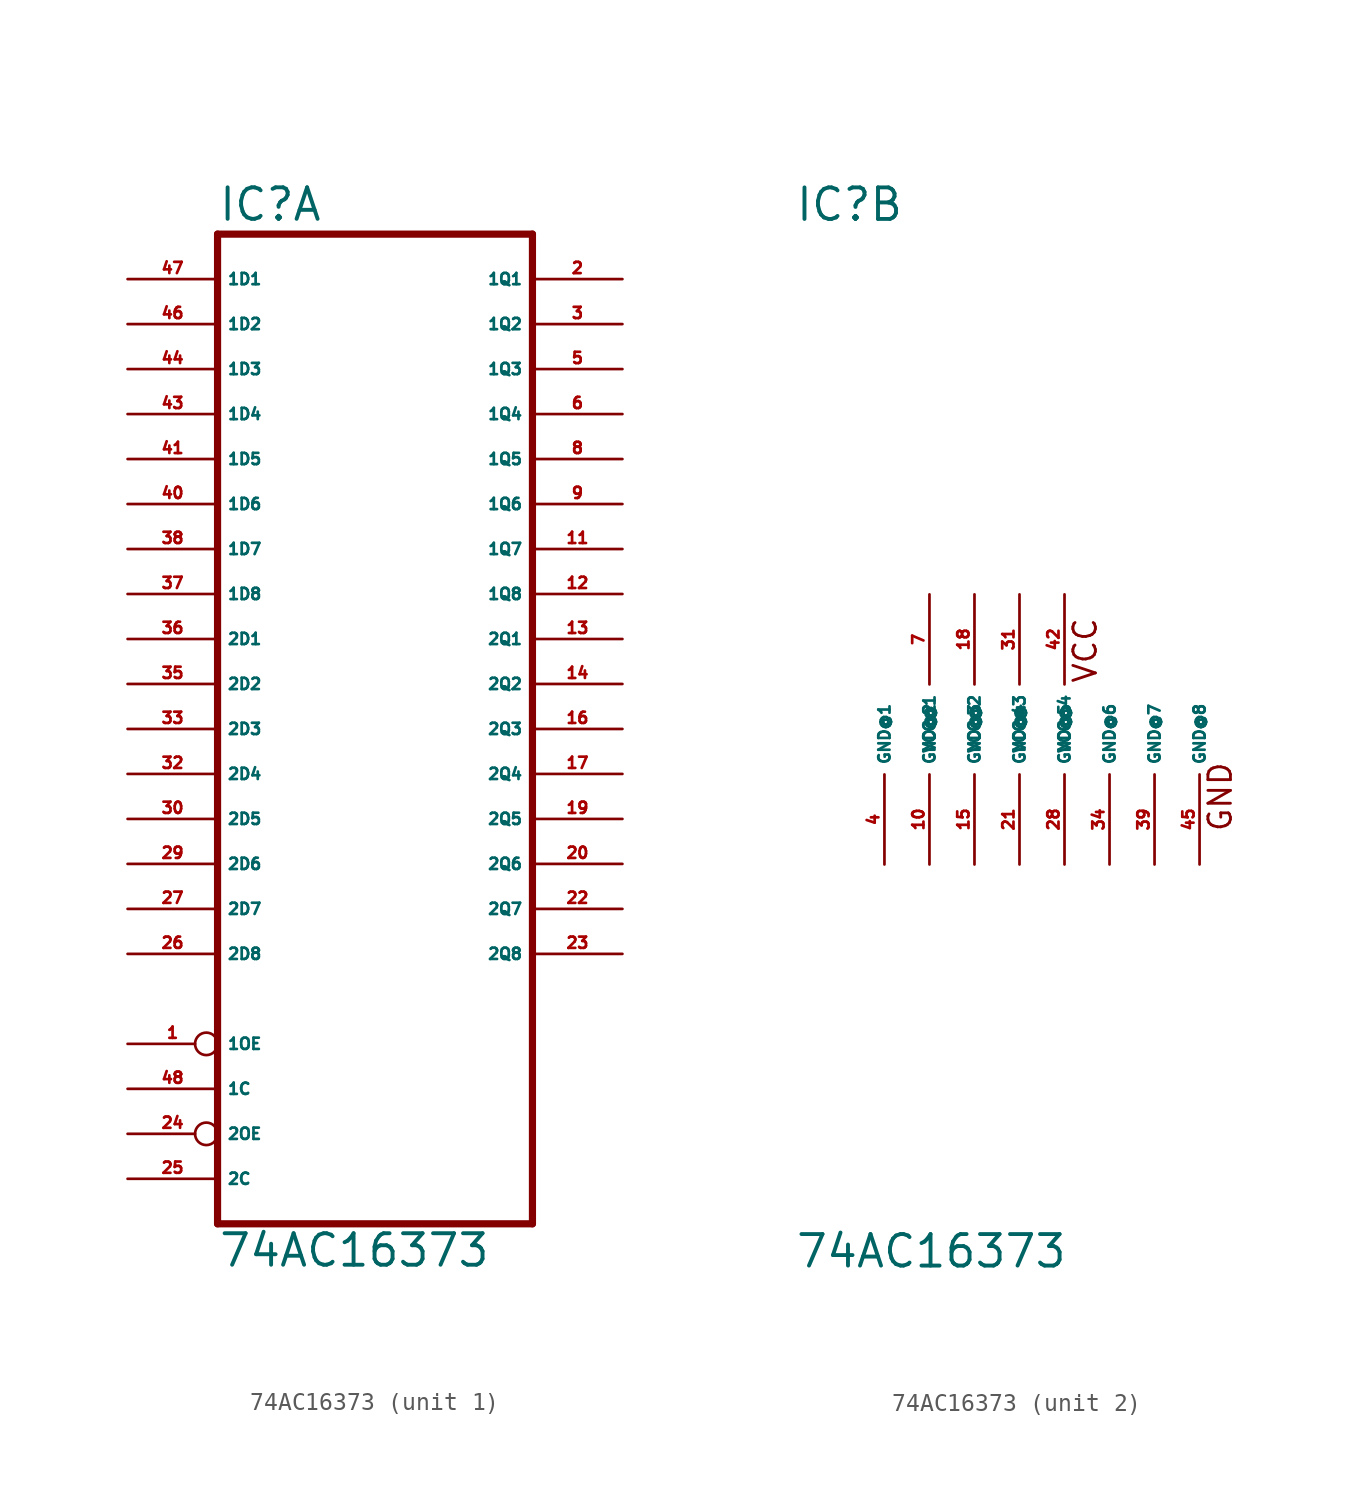
<source format=kicad_sym>
(kicad_symbol_lib
  (version 20220914)
  (generator Eagle2Kicad)
  (symbol "74AC16373"
    (property "Reference" "IC"
      (at -10.16 28.575 0)
      (effects (font (size 1.778 1.778) (thickness 0.22)) (justify left bottom)))
    (property "Value" "74AC16373"
      (at -10.16 -30.48 0)
      (effects (font (size 1.778 1.778) (thickness 0.22)) (justify left bottom)))
    (symbol "74AC16373_1_0"
      (polyline (pts (xy -10.16 27.94) (xy -10.16 -27.94)) (stroke (width 0.406) (type default)) (fill (type none)))
      (polyline (pts (xy 7.62 -27.94) (xy -10.16 -27.94)) (stroke (width 0.406) (type default)) (fill (type none)))
      (polyline (pts (xy 7.62 -27.94) (xy 7.62 27.94)) (stroke (width 0.406) (type default)) (fill (type none)))
      (polyline (pts (xy -10.16 27.94) (xy 7.62 27.94)) (stroke (width 0.406) (type default)) (fill (type none)))
      (pin input inverted (at -15.24 -17.78 0) (length 5.08) (name "1OE" (effects (font (size 0.635 0.635) (thickness 0.08)) (justify left bottom))) (number "1" (effects (font (size 0.635 0.635) (thickness 0.08)) (justify left bottom))))
      (pin input line (at -15.24 -20.32 0) (length 5.08) (name "1C" (effects (font (size 0.635 0.635) (thickness 0.08)) (justify left bottom))) (number "48" (effects (font (size 0.635 0.635) (thickness 0.08)) (justify left bottom))))
      (pin input inverted (at -15.24 -22.86 0) (length 5.08) (name "2OE" (effects (font (size 0.635 0.635) (thickness 0.08)) (justify left bottom))) (number "24" (effects (font (size 0.635 0.635) (thickness 0.08)) (justify left bottom))))
      (pin input line (at -15.24 -25.4 0) (length 5.08) (name "2C" (effects (font (size 0.635 0.635) (thickness 0.08)) (justify left bottom))) (number "25" (effects (font (size 0.635 0.635) (thickness 0.08)) (justify left bottom))))
      (pin tri_state line (at 12.7 25.4 180) (length 5.08) (name "1Q1" (effects (font (size 0.635 0.635) (thickness 0.08)) (justify left bottom))) (number "2" (effects (font (size 0.635 0.635) (thickness 0.08)) (justify left bottom))))
      (pin tri_state line (at 12.7 22.86 180) (length 5.08) (name "1Q2" (effects (font (size 0.635 0.635) (thickness 0.08)) (justify left bottom))) (number "3" (effects (font (size 0.635 0.635) (thickness 0.08)) (justify left bottom))))
      (pin tri_state line (at 12.7 20.32 180) (length 5.08) (name "1Q3" (effects (font (size 0.635 0.635) (thickness 0.08)) (justify left bottom))) (number "5" (effects (font (size 0.635 0.635) (thickness 0.08)) (justify left bottom))))
      (pin tri_state line (at 12.7 17.78 180) (length 5.08) (name "1Q4" (effects (font (size 0.635 0.635) (thickness 0.08)) (justify left bottom))) (number "6" (effects (font (size 0.635 0.635) (thickness 0.08)) (justify left bottom))))
      (pin tri_state line (at 12.7 15.24 180) (length 5.08) (name "1Q5" (effects (font (size 0.635 0.635) (thickness 0.08)) (justify left bottom))) (number "8" (effects (font (size 0.635 0.635) (thickness 0.08)) (justify left bottom))))
      (pin tri_state line (at 12.7 12.7 180) (length 5.08) (name "1Q6" (effects (font (size 0.635 0.635) (thickness 0.08)) (justify left bottom))) (number "9" (effects (font (size 0.635 0.635) (thickness 0.08)) (justify left bottom))))
      (pin tri_state line (at 12.7 10.16 180) (length 5.08) (name "1Q7" (effects (font (size 0.635 0.635) (thickness 0.08)) (justify left bottom))) (number "11" (effects (font (size 0.635 0.635) (thickness 0.08)) (justify left bottom))))
      (pin tri_state line (at 12.7 7.62 180) (length 5.08) (name "1Q8" (effects (font (size 0.635 0.635) (thickness 0.08)) (justify left bottom))) (number "12" (effects (font (size 0.635 0.635) (thickness 0.08)) (justify left bottom))))
      (pin tri_state line (at 12.7 5.08 180) (length 5.08) (name "2Q1" (effects (font (size 0.635 0.635) (thickness 0.08)) (justify left bottom))) (number "13" (effects (font (size 0.635 0.635) (thickness 0.08)) (justify left bottom))))
      (pin tri_state line (at 12.7 2.54 180) (length 5.08) (name "2Q2" (effects (font (size 0.635 0.635) (thickness 0.08)) (justify left bottom))) (number "14" (effects (font (size 0.635 0.635) (thickness 0.08)) (justify left bottom))))
      (pin tri_state line (at 12.7 0 180) (length 5.08) (name "2Q3" (effects (font (size 0.635 0.635) (thickness 0.08)) (justify left bottom))) (number "16" (effects (font (size 0.635 0.635) (thickness 0.08)) (justify left bottom))))
      (pin tri_state line (at 12.7 -2.54 180) (length 5.08) (name "2Q4" (effects (font (size 0.635 0.635) (thickness 0.08)) (justify left bottom))) (number "17" (effects (font (size 0.635 0.635) (thickness 0.08)) (justify left bottom))))
      (pin tri_state line (at 12.7 -5.08 180) (length 5.08) (name "2Q5" (effects (font (size 0.635 0.635) (thickness 0.08)) (justify left bottom))) (number "19" (effects (font (size 0.635 0.635) (thickness 0.08)) (justify left bottom))))
      (pin tri_state line (at 12.7 -7.62 180) (length 5.08) (name "2Q6" (effects (font (size 0.635 0.635) (thickness 0.08)) (justify left bottom))) (number "20" (effects (font (size 0.635 0.635) (thickness 0.08)) (justify left bottom))))
      (pin tri_state line (at 12.7 -10.16 180) (length 5.08) (name "2Q7" (effects (font (size 0.635 0.635) (thickness 0.08)) (justify left bottom))) (number "22" (effects (font (size 0.635 0.635) (thickness 0.08)) (justify left bottom))))
      (pin tri_state line (at 12.7 -12.7 180) (length 5.08) (name "2Q8" (effects (font (size 0.635 0.635) (thickness 0.08)) (justify left bottom))) (number "23" (effects (font (size 0.635 0.635) (thickness 0.08)) (justify left bottom))))
      (pin input line (at -15.24 25.4 0) (length 5.08) (name "1D1" (effects (font (size 0.635 0.635) (thickness 0.08)) (justify left bottom))) (number "47" (effects (font (size 0.635 0.635) (thickness 0.08)) (justify left bottom))))
      (pin input line (at -15.24 22.86 0) (length 5.08) (name "1D2" (effects (font (size 0.635 0.635) (thickness 0.08)) (justify left bottom))) (number "46" (effects (font (size 0.635 0.635) (thickness 0.08)) (justify left bottom))))
      (pin input line (at -15.24 20.32 0) (length 5.08) (name "1D3" (effects (font (size 0.635 0.635) (thickness 0.08)) (justify left bottom))) (number "44" (effects (font (size 0.635 0.635) (thickness 0.08)) (justify left bottom))))
      (pin input line (at -15.24 17.78 0) (length 5.08) (name "1D4" (effects (font (size 0.635 0.635) (thickness 0.08)) (justify left bottom))) (number "43" (effects (font (size 0.635 0.635) (thickness 0.08)) (justify left bottom))))
      (pin input line (at -15.24 15.24 0) (length 5.08) (name "1D5" (effects (font (size 0.635 0.635) (thickness 0.08)) (justify left bottom))) (number "41" (effects (font (size 0.635 0.635) (thickness 0.08)) (justify left bottom))))
      (pin input line (at -15.24 12.7 0) (length 5.08) (name "1D6" (effects (font (size 0.635 0.635) (thickness 0.08)) (justify left bottom))) (number "40" (effects (font (size 0.635 0.635) (thickness 0.08)) (justify left bottom))))
      (pin input line (at -15.24 10.16 0) (length 5.08) (name "1D7" (effects (font (size 0.635 0.635) (thickness 0.08)) (justify left bottom))) (number "38" (effects (font (size 0.635 0.635) (thickness 0.08)) (justify left bottom))))
      (pin input line (at -15.24 7.62 0) (length 5.08) (name "1D8" (effects (font (size 0.635 0.635) (thickness 0.08)) (justify left bottom))) (number "37" (effects (font (size 0.635 0.635) (thickness 0.08)) (justify left bottom))))
      (pin input line (at -15.24 5.08 0) (length 5.08) (name "2D1" (effects (font (size 0.635 0.635) (thickness 0.08)) (justify left bottom))) (number "36" (effects (font (size 0.635 0.635) (thickness 0.08)) (justify left bottom))))
      (pin input line (at -15.24 2.54 0) (length 5.08) (name "2D2" (effects (font (size 0.635 0.635) (thickness 0.08)) (justify left bottom))) (number "35" (effects (font (size 0.635 0.635) (thickness 0.08)) (justify left bottom))))
      (pin input line (at -15.24 0 0) (length 5.08) (name "2D3" (effects (font (size 0.635 0.635) (thickness 0.08)) (justify left bottom))) (number "33" (effects (font (size 0.635 0.635) (thickness 0.08)) (justify left bottom))))
      (pin input line (at -15.24 -2.54 0) (length 5.08) (name "2D4" (effects (font (size 0.635 0.635) (thickness 0.08)) (justify left bottom))) (number "32" (effects (font (size 0.635 0.635) (thickness 0.08)) (justify left bottom))))
      (pin input line (at -15.24 -5.08 0) (length 5.08) (name "2D5" (effects (font (size 0.635 0.635) (thickness 0.08)) (justify left bottom))) (number "30" (effects (font (size 0.635 0.635) (thickness 0.08)) (justify left bottom))))
      (pin input line (at -15.24 -7.62 0) (length 5.08) (name "2D6" (effects (font (size 0.635 0.635) (thickness 0.08)) (justify left bottom))) (number "29" (effects (font (size 0.635 0.635) (thickness 0.08)) (justify left bottom))))
      (pin input line (at -15.24 -10.16 0) (length 5.08) (name "2D7" (effects (font (size 0.635 0.635) (thickness 0.08)) (justify left bottom))) (number "27" (effects (font (size 0.635 0.635) (thickness 0.08)) (justify left bottom))))
      (pin input line (at -15.24 -12.7 0) (length 5.08) (name "2D8" (effects (font (size 0.635 0.635) (thickness 0.08)) (justify left bottom))) (number "26" (effects (font (size 0.635 0.635) (thickness 0.08)) (justify left bottom)))))
    (symbol "74AC16373_2_0"
      (text "VCC" (at 6.985 2.54 900) (effects (font (size 1.27 1.27) (thickness 0.16)) (justify left bottom)))
      (text "GND" (at 14.605 -5.842 900) (effects (font (size 1.27 1.27) (thickness 0.16)) (justify left bottom)))
      (pin unspecified line (at -2.54 7.62 270) (length 5.08) (name "VCC@1" (effects (font (size 0.635 0.635) (thickness 0.08)) (justify left bottom))) (number "7" (effects (font (size 0.635 0.635) (thickness 0.08)) (justify left bottom))))
      (pin unspecified line (at 0 7.62 270) (length 5.08) (name "VCC@2" (effects (font (size 0.635 0.635) (thickness 0.08)) (justify left bottom))) (number "18" (effects (font (size 0.635 0.635) (thickness 0.08)) (justify left bottom))))
      (pin unspecified line (at 2.54 -7.62 90) (length 5.08) (name "GND@4" (effects (font (size 0.635 0.635) (thickness 0.08)) (justify left bottom))) (number "21" (effects (font (size 0.635 0.635) (thickness 0.08)) (justify left bottom))))
      (pin unspecified line (at 0 -7.62 90) (length 5.08) (name "GND@3" (effects (font (size 0.635 0.635) (thickness 0.08)) (justify left bottom))) (number "15" (effects (font (size 0.635 0.635) (thickness 0.08)) (justify left bottom))))
      (pin unspecified line (at -2.54 -7.62 90) (length 5.08) (name "GND@2" (effects (font (size 0.635 0.635) (thickness 0.08)) (justify left bottom))) (number "10" (effects (font (size 0.635 0.635) (thickness 0.08)) (justify left bottom))))
      (pin unspecified line (at -5.08 -7.62 90) (length 5.08) (name "GND@1" (effects (font (size 0.635 0.635) (thickness 0.08)) (justify left bottom))) (number "4" (effects (font (size 0.635 0.635) (thickness 0.08)) (justify left bottom))))
      (pin unspecified line (at 2.54 7.62 270) (length 5.08) (name "VCC@3" (effects (font (size 0.635 0.635) (thickness 0.08)) (justify left bottom))) (number "31" (effects (font (size 0.635 0.635) (thickness 0.08)) (justify left bottom))))
      (pin unspecified line (at 5.08 7.62 270) (length 5.08) (name "VCC@4" (effects (font (size 0.635 0.635) (thickness 0.08)) (justify left bottom))) (number "42" (effects (font (size 0.635 0.635) (thickness 0.08)) (justify left bottom))))
      (pin unspecified line (at 5.08 -7.62 90) (length 5.08) (name "GND@5" (effects (font (size 0.635 0.635) (thickness 0.08)) (justify left bottom))) (number "28" (effects (font (size 0.635 0.635) (thickness 0.08)) (justify left bottom))))
      (pin unspecified line (at 7.62 -7.62 90) (length 5.08) (name "GND@6" (effects (font (size 0.635 0.635) (thickness 0.08)) (justify left bottom))) (number "34" (effects (font (size 0.635 0.635) (thickness 0.08)) (justify left bottom))))
      (pin unspecified line (at 10.16 -7.62 90) (length 5.08) (name "GND@7" (effects (font (size 0.635 0.635) (thickness 0.08)) (justify left bottom))) (number "39" (effects (font (size 0.635 0.635) (thickness 0.08)) (justify left bottom))))
      (pin unspecified line (at 12.7 -7.62 90) (length 5.08) (name "GND@8" (effects (font (size 0.635 0.635) (thickness 0.08)) (justify left bottom))) (number "45" (effects (font (size 0.635 0.635) (thickness 0.08)) (justify left bottom)))))))
</source>
